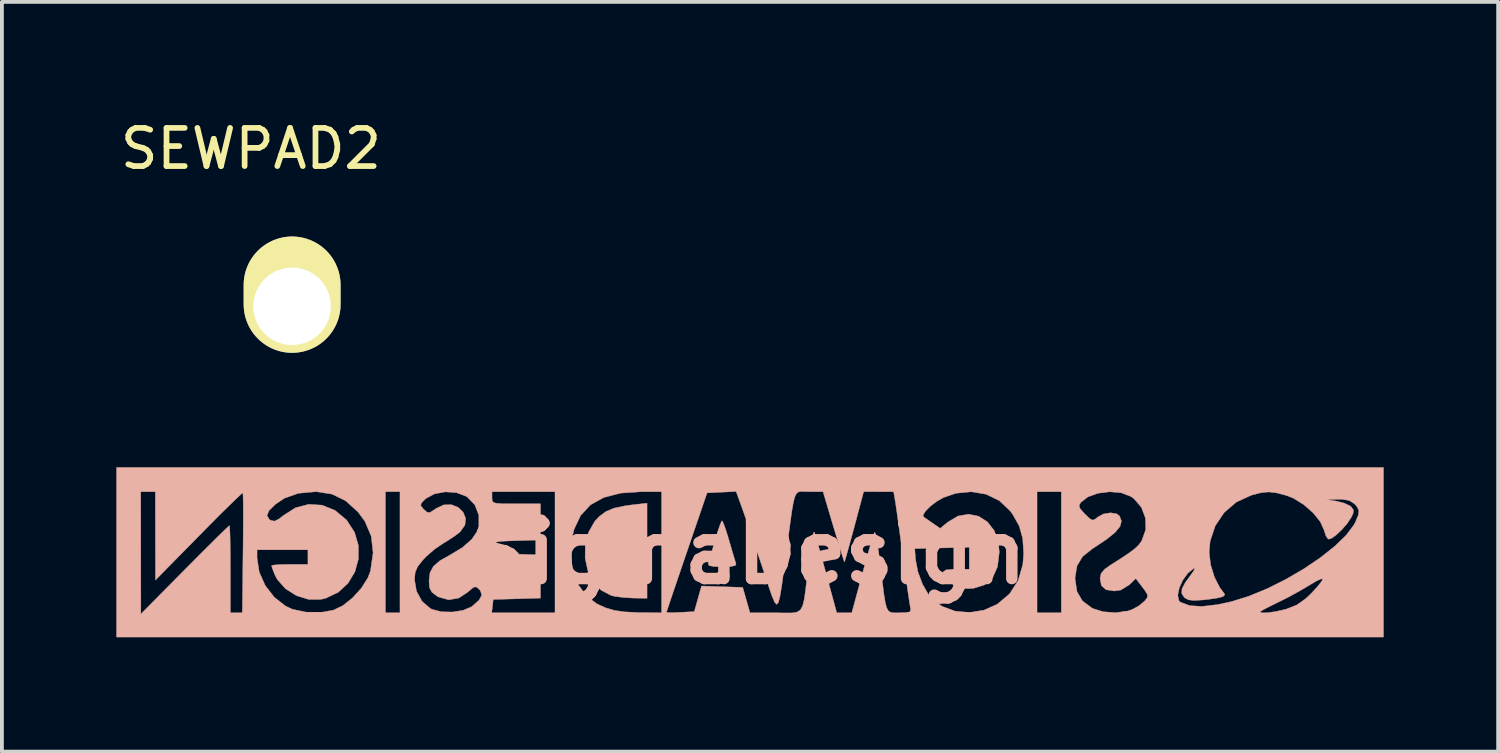
<source format=kicad_pcb>
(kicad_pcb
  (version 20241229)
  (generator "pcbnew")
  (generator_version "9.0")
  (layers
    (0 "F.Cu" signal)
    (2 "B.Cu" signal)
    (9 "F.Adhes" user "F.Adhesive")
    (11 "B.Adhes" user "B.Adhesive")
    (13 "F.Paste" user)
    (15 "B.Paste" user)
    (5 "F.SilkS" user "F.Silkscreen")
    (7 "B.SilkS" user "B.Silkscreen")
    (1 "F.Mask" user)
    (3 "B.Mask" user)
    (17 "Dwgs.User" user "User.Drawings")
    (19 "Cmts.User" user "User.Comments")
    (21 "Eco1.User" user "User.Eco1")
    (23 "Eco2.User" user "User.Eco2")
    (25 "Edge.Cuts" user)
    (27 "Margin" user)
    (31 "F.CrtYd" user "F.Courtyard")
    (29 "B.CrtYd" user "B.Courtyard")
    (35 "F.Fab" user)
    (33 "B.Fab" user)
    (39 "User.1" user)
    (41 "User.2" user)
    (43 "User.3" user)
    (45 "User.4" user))
  (footprint "SigmaDesign"
    (layer "F.Cu")
    (at 16.578 11.426)
    (property "Reference" "SigmaDesign" (at 0 0 0) (layer "B.SilkS") (effects (font (size 1.524 1.524) (thickness 0.3))))
    (attr through_hole)
    (fp_poly (pts (xy -2.667 1.206) (xy -3.032 1.201) (xy -3.276 1.187) (xy -3.501 1.158) (xy -3.599 1.137) (xy -3.87 0.997) (xy -4.078 0.77) (xy -4.22 0.481) (xy -4.29 0.153) (xy -4.286 -0.188) (xy -4.204 -0.517) (xy -4.039 -0.81) (xy -3.927 -0.932) (xy -3.75 -1.065) (xy -3.533 -1.156) (xy -3.241 -1.218) (xy -3.054 -1.243) (xy -2.667 -1.286) (xy -2.667 1.206)) (stroke (width 0.01) (type solid)) (fill yes) (layer "B.SilkS"))
    (fp_poly (pts (xy -0.669 -0.769) (xy -0.613 -0.618) (xy -0.544 -0.4) (xy -0.515 -0.302) (xy -0.443 -0.054) (xy -0.382 0.152) (xy -0.342 0.281) (xy -0.335 0.301) (xy -0.353 0.347) (xy -0.464 0.373) (xy -0.684 0.381) (xy -0.699 0.381) (xy -0.926 0.373) (xy -1.043 0.348) (xy -1.065 0.302) (xy -1.065 0.302) (xy -1.035 0.207) (xy -0.981 0.024) (xy -0.913 -0.213) (xy -0.888 -0.302) (xy -0.816 -0.538) (xy -0.754 -0.719) (xy -0.711 -0.816) (xy -0.702 -0.826) (xy -0.669 -0.769)) (stroke (width 0.01) (type solid)) (fill yes) (layer "B.SilkS"))
    (fp_poly (pts (xy 16.637 2.223) (xy -16.573 2.223) (xy -16.573 -1.587) (xy -15.938 -1.587) (xy -15.937 0.016) (xy -15.936 1.619) (xy -14.788 0.46) (xy -14.477 0.147) (xy -14.196 -0.134) (xy -13.957 -0.371) (xy -13.773 -0.552) (xy -13.654 -0.665) (xy -13.615 -0.699) (xy -13.607 -0.638) (xy -13.599 -0.471) (xy -13.594 -0.217) (xy -13.59 0.104) (xy -13.589 0.445) (xy -13.589 1.587) (xy -13.276 1.587) (xy -13.258 0.026) (xy -13.257 -0.064) (xy -12.89 -0.064) (xy -12.89 0.147) (xy -12.833 0.518) (xy -12.675 0.873) (xy -12.436 1.181) (xy -12.139 1.412) (xy -11.962 1.494) (xy -11.597 1.571) (xy -11.192 1.572) (xy -10.89 1.518) (xy -10.642 1.399) (xy -10.387 1.196) (xy -10.156 0.941) (xy -9.984 0.669) (xy -9.917 0.492) (xy -9.848 0.013) (xy -9.897 -0.421) (xy -10.064 -0.813) (xy -10.244 -1.056) (xy -10.566 -1.348) (xy -10.92 -1.522) (xy -11.321 -1.586) (xy -11.359 -1.586) (xy -11.803 -1.546) (xy -12.172 -1.416) (xy -12.411 -1.256) (xy -12.578 -1.09) (xy -12.63 -0.961) (xy -12.567 -0.859) (xy -12.527 -0.834) (xy -12.428 -0.816) (xy -12.304 -0.88) (xy -12.212 -0.955) (xy -11.886 -1.164) (xy -11.536 -1.257) (xy -11.182 -1.234) (xy -10.845 -1.097) (xy -10.546 -0.848) (xy -10.539 -0.84) (xy -10.333 -0.521) (xy -10.233 -0.174) (xy -10.233 0.178) (xy -10.325 0.513) (xy -10.504 0.811) (xy -10.76 1.049) (xy -11.089 1.205) (xy -11.214 1.235) (xy -11.536 1.237) (xy -11.859 1.137) (xy -12.145 0.956) (xy -12.361 0.711) (xy -12.423 0.592) (xy -12.481 0.445) (xy -12.509 0.357) (xy -12.509 0.351) (xy -12.451 0.335) (xy -12.297 0.323) (xy -12.078 0.318) (xy -12.033 0.318) (xy -11.557 0.318) (xy -11.557 -0.064) (xy -12.89 -0.064) (xy -13.257 -0.064) (xy -13.254 -0.405) (xy -13.252 -0.793) (xy -13.252 -1.119) (xy -13.254 -1.367) (xy -13.258 -1.517) (xy -13.262 -1.557) (xy -13.311 -1.52) (xy -13.436 -1.403) (xy -13.625 -1.219) (xy -13.868 -0.98) (xy -14.15 -0.696) (xy -14.418 -0.424) (xy -15.553 0.73) (xy -15.557 -1.587) (xy -9.525 -1.587) (xy -9.525 1.587) (xy -9.144 1.587) (xy -6.739 1.587) (xy -5.08 1.587) (xy -5.08 0.078) (xy -4.671 0.078) (xy -4.61 0.492) (xy -4.464 0.86) (xy -4.243 1.158) (xy -3.979 1.353) (xy -3.749 1.457) (xy -3.519 1.525) (xy -3.249 1.563) (xy -2.901 1.58) (xy -2.81 1.581) (xy -2.286 1.587) (xy -2.286 1.575) (xy -2.159 1.575) (xy -2.101 1.582) (xy -1.953 1.581) (xy -1.794 1.575) (xy -1.429 1.556) (xy -1.334 1.22) (xy -1.239 0.885) (xy -0.699 0.903) (xy -0.159 0.921) (xy 0.03 1.587) (xy 0.707 1.587) (xy 0.948 1.591) (xy 1.129 1.591) (xy 1.258 1.571) (xy 1.349 1.516) (xy 1.41 1.409) (xy 1.454 1.236) (xy 1.49 0.979) (xy 1.53 0.623) (xy 1.563 0.329) (xy 1.605 -0.005) (xy 1.646 -0.27) (xy 1.682 -0.451) (xy 1.709 -0.531) (xy 1.72 -0.526) (xy 1.751 -0.427) (xy 1.808 -0.228) (xy 1.885 0.046) (xy 1.975 0.371) (xy 2.034 0.59) (xy 2.305 1.587) (xy 2.7 1.587) (xy 2.979 0.556) (xy 3.074 0.211) (xy 3.16 -0.091) (xy 3.231 -0.328) (xy 3.28 -0.48) (xy 3.299 -0.524) (xy 3.321 -0.482) (xy 3.352 -0.334) (xy 3.39 -0.1) (xy 3.431 0.198) (xy 3.452 0.365) (xy 3.502 0.786) (xy 3.541 1.098) (xy 3.577 1.317) (xy 3.615 1.459) (xy 3.662 1.54) (xy 3.726 1.578) (xy 3.813 1.588) (xy 3.928 1.588) (xy 3.949 1.587) (xy 4.135 1.584) (xy 4.224 1.561) (xy 4.243 1.501) (xy 4.229 1.413) (xy 4.21 1.296) (xy 4.177 1.077) (xy 4.134 0.778) (xy 4.084 0.422) (xy 4.031 0.033) (xy 4.031 0.032) (xy 4.014 -0.095) (xy 4.35 -0.095) (xy 4.371 0.191) (xy 4.432 0.51) (xy 4.554 0.838) (xy 4.715 1.117) (xy 4.781 1.198) (xy 5.064 1.416) (xy 5.409 1.544) (xy 5.786 1.579) (xy 6.167 1.517) (xy 6.511 1.363) (xy 6.836 1.09) (xy 7.061 0.74) (xy 7.183 0.322) (xy 7.205 0.035) (xy 7.18 -0.361) (xy 7.089 -0.687) (xy 6.919 -0.991) (xy 6.845 -1.09) (xy 6.566 -1.353) (xy 6.221 -1.52) (xy 5.835 -1.586) (xy 5.429 -1.546) (xy 5.101 -1.433) (xy 4.923 -1.331) (xy 4.758 -1.204) (xy 4.632 -1.078) (xy 4.569 -0.976) (xy 4.579 -0.93) (xy 4.642 -0.885) (xy 4.769 -0.797) (xy 4.811 -0.768) (xy 5.018 -0.625) (xy 5.21 -0.786) (xy 5.484 -0.949) (xy 5.762 -0.998) (xy 6.025 -0.944) (xy 6.255 -0.796) (xy 6.434 -0.567) (xy 6.542 -0.267) (xy 6.566 -0.000123) (xy 6.519 0.382) (xy 6.391 0.668) (xy 6.182 0.855) (xy 5.895 0.945) (xy 5.759 0.953) (xy 5.545 0.937) (xy 5.394 0.876) (xy 5.266 0.767) (xy 5.127 0.611) (xy 5.094 0.514) (xy 5.173 0.462) (xy 5.37 0.445) (xy 5.429 0.445) (xy 5.779 0.445) (xy 5.779 -0.131) (xy 4.35 -0.095) (xy 4.014 -0.095) (xy 3.978 -0.36) (xy 3.928 -0.721) (xy 3.885 -1.028) (xy 3.852 -1.256) (xy 3.832 -1.381) (xy 3.796 -1.587) (xy 7.556 -1.587) (xy 7.556 1.587) (xy 8.191 1.587) (xy 8.191 0.66) (xy 8.553 0.66) (xy 8.553 0.705) (xy 8.602 1.029) (xy 8.745 1.275) (xy 8.995 1.462) (xy 9.022 1.476) (xy 9.292 1.56) (xy 9.613 1.583) (xy 9.771 1.563) (xy 13.399 1.563) (xy 13.454 1.588) (xy 13.6 1.585) (xy 13.802 1.556) (xy 14.026 1.507) (xy 14.101 1.486) (xy 14.365 1.381) (xy 14.598 1.217) (xy 14.748 1.074) (xy 14.9 0.908) (xy 15.008 0.774) (xy 15.049 0.7) (xy 15.05 0.699) (xy 15.001 0.699) (xy 14.875 0.757) (xy 14.698 0.861) (xy 14.693 0.865) (xy 14.45 1.009) (xy 14.155 1.171) (xy 13.87 1.314) (xy 13.868 1.315) (xy 13.651 1.421) (xy 13.488 1.506) (xy 13.404 1.556) (xy 13.399 1.563) (xy 9.771 1.563) (xy 9.923 1.543) (xy 10.051 1.501) (xy 10.231 1.4) (xy 10.375 1.28) (xy 10.444 1.192) (xy 10.453 1.122) (xy 11.245 1.122) (xy 11.271 1.264) (xy 11.313 1.308) (xy 11.556 1.399) (xy 11.882 1.42) (xy 12.3 1.37) (xy 12.646 1.295) (xy 13.105 1.153) (xy 13.589 0.954) (xy 14.075 0.711) (xy 14.546 0.437) (xy 14.98 0.144) (xy 15.357 -0.155) (xy 15.658 -0.446) (xy 15.863 -0.718) (xy 15.899 -0.786) (xy 15.978 -0.976) (xy 15.991 -1.101) (xy 15.935 -1.206) (xy 15.875 -1.27) (xy 15.741 -1.357) (xy 15.546 -1.389) (xy 15.446 -1.389) (xy 15.145 -1.381) (xy 15.417 -1.337) (xy 15.61 -1.287) (xy 15.76 -1.216) (xy 15.788 -1.194) (xy 15.849 -1.111) (xy 15.841 -1.02) (xy 15.791 -0.913) (xy 15.686 -0.754) (xy 15.545 -0.591) (xy 15.396 -0.451) (xy 15.267 -0.359) (xy 15.187 -0.343) (xy 15.129 -0.428) (xy 15.08 -0.577) (xy 15.08 -0.579) (xy 14.979 -0.802) (xy 14.791 -1.035) (xy 14.545 -1.25) (xy 14.275 -1.417) (xy 14.101 -1.486) (xy 13.833 -1.557) (xy 13.626 -1.581) (xy 13.425 -1.56) (xy 13.173 -1.495) (xy 13.172 -1.494) (xy 12.781 -1.315) (xy 12.461 -1.041) (xy 12.227 -0.693) (xy 12.093 -0.29) (xy 12.067 0) (xy 12.105 0.325) (xy 12.206 0.654) (xy 12.35 0.932) (xy 12.42 1.023) (xy 12.48 1.108) (xy 12.439 1.155) (xy 12.402 1.171) (xy 12.279 1.2) (xy 12.079 1.23) (xy 11.904 1.25) (xy 11.669 1.264) (xy 11.522 1.247) (xy 11.427 1.194) (xy 11.413 1.181) (xy 11.348 1.08) (xy 11.355 0.958) (xy 11.442 0.793) (xy 11.576 0.61) (xy 11.665 0.483) (xy 11.689 0.419) (xy 11.664 0.422) (xy 11.506 0.552) (xy 11.375 0.733) (xy 11.284 0.934) (xy 11.245 1.122) (xy 10.453 1.122) (xy 10.453 1.119) (xy 10.394 1.016) (xy 10.32 0.917) (xy 10.146 0.688) (xy 9.975 0.852) (xy 9.756 0.989) (xy 9.582 1.016) (xy 9.364 0.982) (xy 9.243 0.874) (xy 9.207 0.687) (xy 9.234 0.557) (xy 9.331 0.442) (xy 9.477 0.339) (xy 9.775 0.149) (xy 9.984 0.008) (xy 10.125 -0.099) (xy 10.219 -0.19) (xy 10.285 -0.279) (xy 10.304 -0.31) (xy 10.405 -0.595) (xy 10.397 -0.897) (xy 10.29 -1.179) (xy 10.093 -1.408) (xy 10.014 -1.463) (xy 9.761 -1.559) (xy 9.461 -1.585) (xy 9.156 -1.547) (xy 8.887 -1.45) (xy 8.704 -1.308) (xy 8.659 -1.229) (xy 8.68 -1.15) (xy 8.781 -1.032) (xy 8.813 -1) (xy 8.939 -0.88) (xy 9.017 -0.841) (xy 9.089 -0.873) (xy 9.142 -0.919) (xy 9.297 -1.004) (xy 9.482 -1.034) (xy 9.645 -1.007) (xy 9.721 -0.947) (xy 9.768 -0.816) (xy 9.732 -0.678) (xy 9.605 -0.522) (xy 9.379 -0.339) (xy 9.046 -0.117) (xy 9.01 -0.095) (xy 8.75 0.113) (xy 8.603 0.356) (xy 8.553 0.66) (xy 8.191 0.66) (xy 8.191 -1.587) (xy 7.556 -1.587) (xy 3.796 -1.587) (xy 3.404 -1.587) (xy 3.011 -1.588) (xy 2.766 -0.667) (xy 2.679 -0.346) (xy 2.604 -0.074) (xy 2.547 0.128) (xy 2.513 0.239) (xy 2.507 0.254) (xy 2.486 0.197) (xy 2.435 0.038) (xy 2.361 -0.2) (xy 2.271 -0.497) (xy 2.22 -0.667) (xy 1.946 -1.588) (xy 1.579 -1.587) (xy 1.462 -1.591) (xy 1.371 -1.594) (xy 1.302 -1.581) (xy 1.249 -1.538) (xy 1.206 -1.45) (xy 1.168 -1.305) (xy 1.13 -1.088) (xy 1.087 -0.784) (xy 1.033 -0.379) (xy 0.982 0) (xy 0.914 0.507) (xy 0.861 0.893) (xy 0.816 1.162) (xy 0.775 1.319) (xy 0.731 1.367) (xy 0.678 1.311) (xy 0.611 1.155) (xy 0.524 0.903) (xy 0.411 0.56) (xy 0.373 0.445) (xy 0.241 0.051) (xy 0.109 -0.338) (xy -0.012 -0.691) (xy -0.111 -0.977) (xy -0.165 -1.13) (xy -0.332 -1.593) (xy -1.094 -1.556) (xy -1.626 0) (xy -1.769 0.419) (xy -1.898 0.797) (xy -2.007 1.118) (xy -2.09 1.365) (xy -2.142 1.523) (xy -2.159 1.575) (xy -2.286 1.575) (xy -2.286 -1.587) (xy -2.814 -1.587) (xy -3.356 -1.55) (xy -3.8 -1.436) (xy -4.148 -1.243) (xy -4.406 -0.967) (xy -4.578 -0.606) (xy -4.639 -0.36) (xy -4.671 0.078) (xy -5.08 0.078) (xy -5.08 -1.587) (xy -6.731 -1.587) (xy -6.731 -1.429) (xy -6.727 -1.357) (xy -6.7 -1.311) (xy -6.627 -1.285) (xy -6.484 -1.273) (xy -6.248 -1.27) (xy -6.096 -1.27) (xy -5.461 -1.27) (xy -5.461 -0.322) (xy -6.08 -0.304) (xy -6.364 -0.294) (xy -6.544 -0.282) (xy -6.645 -0.259) (xy -6.688 -0.219) (xy -6.699 -0.156) (xy -6.699 -0.127) (xy -6.695 -0.054) (xy -6.665 -0.007) (xy -6.588 0.021) (xy -6.439 0.037) (xy -6.195 0.046) (xy -6.08 0.05) (xy -5.461 0.068) (xy -5.461 1.202) (xy -6.08 1.22) (xy -6.699 1.238) (xy -6.739 1.587) (xy -9.144 1.587) (xy -9.144 0.715) (xy -8.763 0.715) (xy -8.71 1.022) (xy -8.565 1.287) (xy -8.348 1.473) (xy -8.301 1.497) (xy -8.059 1.56) (xy -7.771 1.567) (xy -7.492 1.523) (xy -7.274 1.432) (xy -7.257 1.42) (xy -7.072 1.258) (xy -7 1.125) (xy -7.035 1.007) (xy -7.065 0.973) (xy -7.142 0.909) (xy -7.212 0.916) (xy -7.318 1.002) (xy -7.355 1.037) (xy -7.603 1.201) (xy -7.869 1.247) (xy -8.133 1.172) (xy -8.176 1.147) (xy -8.309 1.046) (xy -8.368 0.933) (xy -8.382 0.75) (xy -8.382 0.742) (xy -8.357 0.536) (xy -8.269 0.371) (xy -8.099 0.223) (xy -7.828 0.07) (xy -7.503 -0.127) (xy -7.256 -0.346) (xy -7.107 -0.569) (xy -7.076 -0.667) (xy -7.076 -0.971) (xy -7.182 -1.243) (xy -7.381 -1.45) (xy -7.406 -1.465) (xy -7.66 -1.562) (xy -7.952 -1.583) (xy -8.235 -1.532) (xy -8.462 -1.411) (xy -8.479 -1.395) (xy -8.583 -1.29) (xy -8.599 -1.222) (xy -8.536 -1.142) (xy -8.518 -1.123) (xy -8.432 -1.048) (xy -8.36 -1.042) (xy -8.252 -1.108) (xy -8.204 -1.144) (xy -7.996 -1.242) (xy -7.794 -1.247) (xy -7.618 -1.177) (xy -7.487 -1.051) (xy -7.422 -0.89) (xy -7.441 -0.712) (xy -7.565 -0.536) (xy -7.572 -0.53) (xy -7.713 -0.422) (xy -7.908 -0.295) (xy -8.006 -0.236) (xy -8.23 -0.084) (xy -8.453 0.108) (xy -8.53 0.187) (xy -8.676 0.369) (xy -8.745 0.527) (xy -8.763 0.715) (xy -9.144 0.715) (xy -9.144 -1.587) (xy -9.525 -1.587) (xy -15.557 -1.587) (xy -15.938 -1.587) (xy -16.573 -1.587) (xy -16.573 -2.223) (xy 16.637 -2.223) (xy 16.637 2.223)) (stroke (width 0.01) (type solid)) (fill yes) (layer "B.SilkS")))
  (footprint "SEWPAD2"
    (layer "F.Cu")
    (at 4.607 4.979)
    (property "Reference" "SEWPAD2" (at -1.078 -4.131 0) (layer "F.SilkS") (effects (font (size 1 1) (thickness 0.15))))
    (attr through_hole)
    (pad "1" thru_hole oval (at 0 0) (size 2.54 3.048) (drill 2.032 (offset 0 -0.305)) (layers "*.Cu" "*.Mask" "F.SilkS")))
  (gr_rect
    (start -3 -3)
    (end 36.221 16.653)
    (stroke (width 0.1) (type default))
    (fill no)
    (layer "Edge.Cuts")))
</source>
